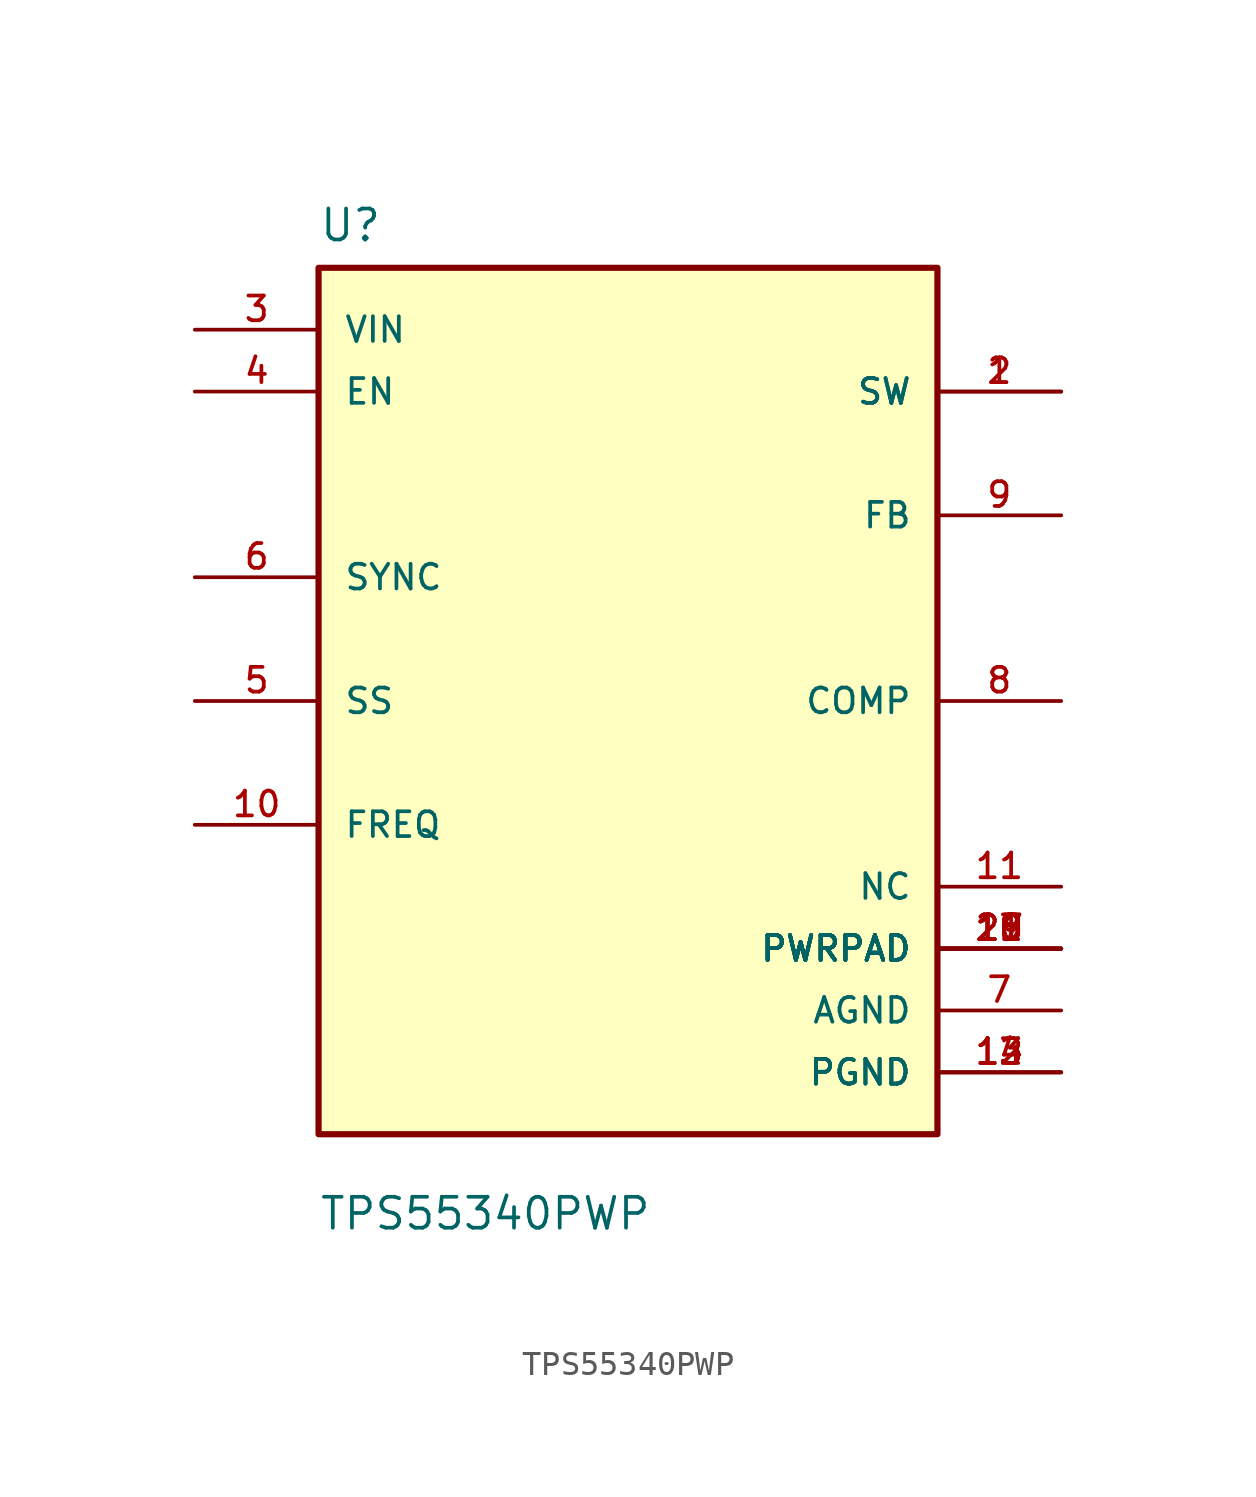
<source format=kicad_sym>
(kicad_symbol_lib
  (version 20211014)
  (generator kicad_symbol_editor)
  (symbol "TPS55340PWP"
    (pin_names
      (offset 1.016))
    (property "Reference" "U"
      (at -12.7 18.78 0.0)
      (effects (font (size 1.27 1.27)) (justify bottom left)))
    (property "Value" "TPS55340PWP"
      (at -12.7 -21.78 0.0)
      (effects (font (size 1.27 1.27)) (justify bottom left)))
    (symbol "TPS55340PWP_0_0"
      (rectangle (start -12.7 -17.78) (end 12.7 17.78) (stroke (width 0.254)) (fill (type background)))
      (pin input line (at -17.78 12.7 0) (length 5.08) (name "EN" (effects (font (size 1.016 1.016)))) (number "4" (effects (font (size 1.016 1.016)))))
      (pin input line (at -17.78 5.08 0) (length 5.08) (name "SYNC" (effects (font (size 1.016 1.016)))) (number "6" (effects (font (size 1.016 1.016)))))
      (pin power_in line (at -17.78 15.24 0) (length 5.08) (name "VIN" (effects (font (size 1.016 1.016)))) (number "3" (effects (font (size 1.016 1.016)))))
      (pin input line (at 17.78 7.62 180.0) (length 5.08) (name "FB" (effects (font (size 1.016 1.016)))) (number "9" (effects (font (size 1.016 1.016)))))
      (pin input line (at -17.78 -5.08 0) (length 5.08) (name "FREQ" (effects (font (size 1.016 1.016)))) (number "10" (effects (font (size 1.016 1.016)))))
      (pin power_in line (at 17.78 -10.16 180.0) (length 5.08) (name "PWRPAD" (effects (font (size 1.016 1.016)))) (number "15" (effects (font (size 1.016 1.016)))))
      (pin power_in line (at 17.78 -10.16 180.0) (length 5.08) (name "PWRPAD" (effects (font (size 1.016 1.016)))) (number "16" (effects (font (size 1.016 1.016)))))
      (pin power_in line (at 17.78 -10.16 180.0) (length 5.08) (name "PWRPAD" (effects (font (size 1.016 1.016)))) (number "17" (effects (font (size 1.016 1.016)))))
      (pin power_in line (at 17.78 -10.16 180.0) (length 5.08) (name "PWRPAD" (effects (font (size 1.016 1.016)))) (number "18" (effects (font (size 1.016 1.016)))))
      (pin power_in line (at 17.78 -10.16 180.0) (length 5.08) (name "PWRPAD" (effects (font (size 1.016 1.016)))) (number "19" (effects (font (size 1.016 1.016)))))
      (pin power_in line (at 17.78 -10.16 180.0) (length 5.08) (name "PWRPAD" (effects (font (size 1.016 1.016)))) (number "20" (effects (font (size 1.016 1.016)))))
      (pin power_in line (at 17.78 -10.16 180.0) (length 5.08) (name "PWRPAD" (effects (font (size 1.016 1.016)))) (number "21" (effects (font (size 1.016 1.016)))))
      (pin input line (at -17.78 0.0 0) (length 5.08) (name "SS" (effects (font (size 1.016 1.016)))) (number "5" (effects (font (size 1.016 1.016)))))
      (pin output line (at 17.78 12.7 180.0) (length 5.08) (name "SW" (effects (font (size 1.016 1.016)))) (number "1" (effects (font (size 1.016 1.016)))))
      (pin output line (at 17.78 12.7 180.0) (length 5.08) (name "SW" (effects (font (size 1.016 1.016)))) (number "2" (effects (font (size 1.016 1.016)))))
      (pin output line (at 17.78 0.0 180.0) (length 5.08) (name "COMP" (effects (font (size 1.016 1.016)))) (number "8" (effects (font (size 1.016 1.016)))))
      (pin power_in line (at 17.78 -12.7 180.0) (length 5.08) (name "AGND" (effects (font (size 1.016 1.016)))) (number "7" (effects (font (size 1.016 1.016)))))
      (pin power_in line (at 17.78 -15.24 180.0) (length 5.08) (name "PGND" (effects (font (size 1.016 1.016)))) (number "12" (effects (font (size 1.016 1.016)))))
      (pin power_in line (at 17.78 -15.24 180.0) (length 5.08) (name "PGND" (effects (font (size 1.016 1.016)))) (number "13" (effects (font (size 1.016 1.016)))))
      (pin power_in line (at 17.78 -15.24 180.0) (length 5.08) (name "PGND" (effects (font (size 1.016 1.016)))) (number "14" (effects (font (size 1.016 1.016)))))
      (pin power_in line (at 17.78 -7.62 180.0) (length 5.08) (name "NC" (effects (font (size 1.016 1.016)))) (number "11" (effects (font (size 1.016 1.016))))))))
</source>
